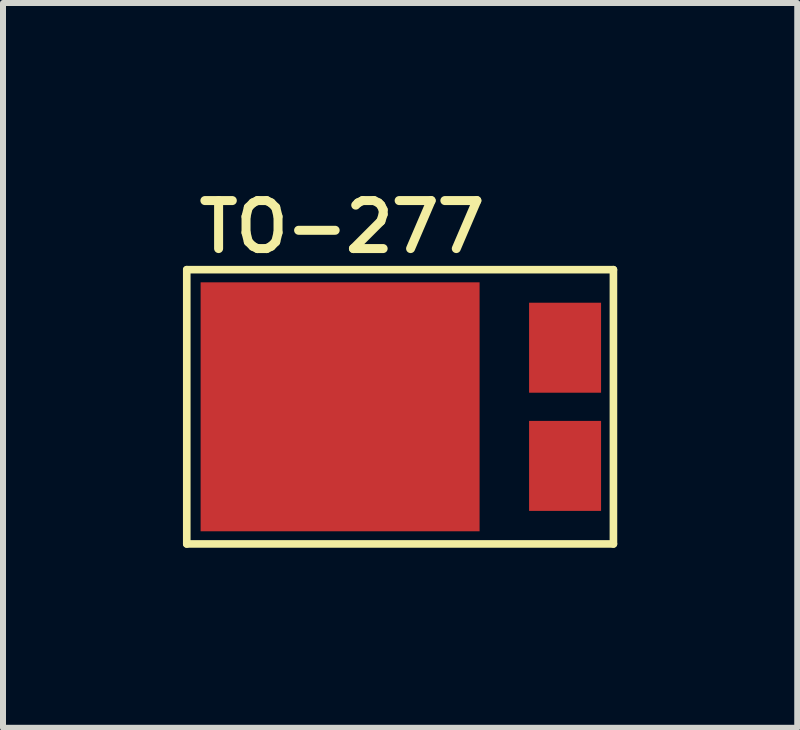
<source format=kicad_pcb>
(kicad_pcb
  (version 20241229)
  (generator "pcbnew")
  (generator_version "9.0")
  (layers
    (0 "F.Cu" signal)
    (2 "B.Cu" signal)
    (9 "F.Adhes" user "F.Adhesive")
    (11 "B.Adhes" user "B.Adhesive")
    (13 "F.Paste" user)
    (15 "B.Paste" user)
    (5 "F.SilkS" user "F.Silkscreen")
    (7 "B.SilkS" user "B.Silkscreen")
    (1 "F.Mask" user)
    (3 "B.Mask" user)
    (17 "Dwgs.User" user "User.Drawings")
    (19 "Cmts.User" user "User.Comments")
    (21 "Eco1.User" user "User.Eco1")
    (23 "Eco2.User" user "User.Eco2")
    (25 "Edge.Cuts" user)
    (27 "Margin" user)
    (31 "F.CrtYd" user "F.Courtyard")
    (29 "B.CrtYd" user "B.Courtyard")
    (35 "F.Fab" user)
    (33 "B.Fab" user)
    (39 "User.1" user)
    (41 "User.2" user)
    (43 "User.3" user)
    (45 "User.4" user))
  (footprint "TO-277"
    (layer "F.Cu")
    (at 3.619 3.731)
    (property "Reference" "TO-277" (at -0.968 -3 0) (layer "F.SilkS") (effects (font (size 0.8 0.8) (thickness 0.15))))
    (attr smd)
    (fp_line (start -3.556 -2.286) (end 3.556 -2.286) (stroke (width 0.127) (type solid)) (layer "F.SilkS"))
    (fp_line (start -3.556 2.286) (end -3.556 -2.286) (stroke (width 0.127) (type solid)) (layer "F.SilkS"))
    (fp_line (start 3.556 -2.286) (end 3.556 2.286) (stroke (width 0.127) (type solid)) (layer "F.SilkS"))
    (fp_line (start 3.556 2.286) (end -3.556 2.286) (stroke (width 0.127) (type solid)) (layer "F.SilkS"))
    (pad "1" smd rect (at 2.75 -0.985 270) (size 1.5 1.2) (layers "F.Cu" "F.Mask" "F.Paste"))
    (pad "2" smd rect (at 2.75 0.985 270) (size 1.5 1.2) (layers "F.Cu" "F.Mask" "F.Paste"))
    (pad "3" smd rect (at -1 0 90) (size 4.15 4.65) (layers "F.Cu" "F.Mask" "F.Paste")))
  (gr_rect
    (start -3 -3)
    (end 10.239 9.081)
    (stroke (width 0.1) (type default))
    (fill no)
    (layer "Edge.Cuts")))
</source>
